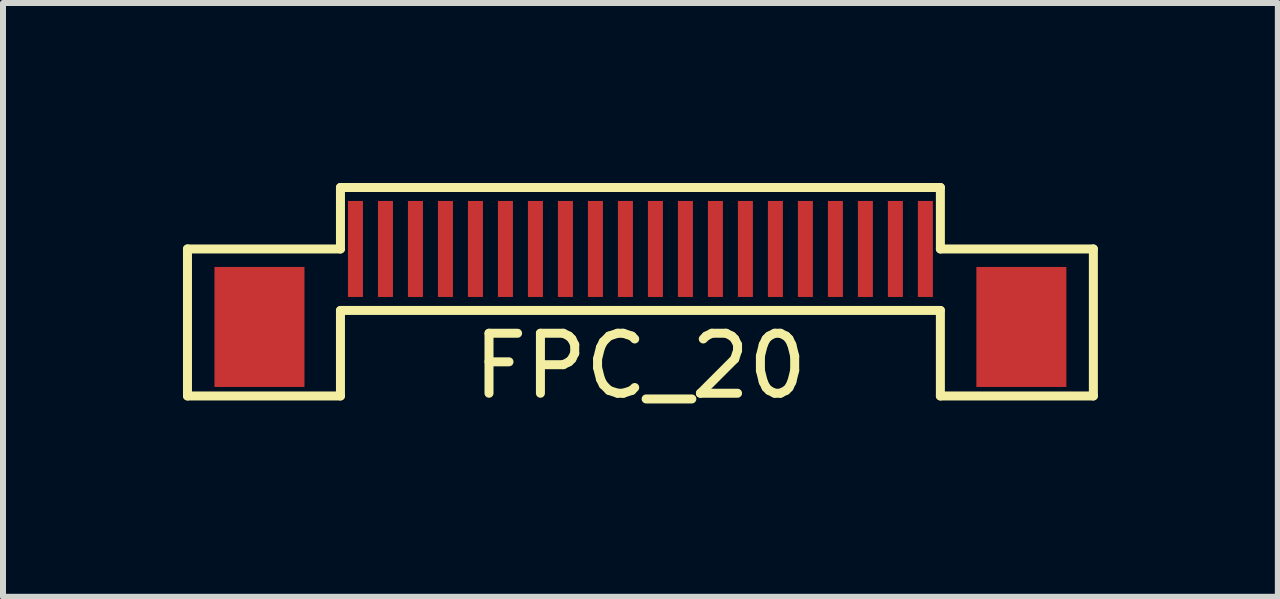
<source format=kicad_pcb>
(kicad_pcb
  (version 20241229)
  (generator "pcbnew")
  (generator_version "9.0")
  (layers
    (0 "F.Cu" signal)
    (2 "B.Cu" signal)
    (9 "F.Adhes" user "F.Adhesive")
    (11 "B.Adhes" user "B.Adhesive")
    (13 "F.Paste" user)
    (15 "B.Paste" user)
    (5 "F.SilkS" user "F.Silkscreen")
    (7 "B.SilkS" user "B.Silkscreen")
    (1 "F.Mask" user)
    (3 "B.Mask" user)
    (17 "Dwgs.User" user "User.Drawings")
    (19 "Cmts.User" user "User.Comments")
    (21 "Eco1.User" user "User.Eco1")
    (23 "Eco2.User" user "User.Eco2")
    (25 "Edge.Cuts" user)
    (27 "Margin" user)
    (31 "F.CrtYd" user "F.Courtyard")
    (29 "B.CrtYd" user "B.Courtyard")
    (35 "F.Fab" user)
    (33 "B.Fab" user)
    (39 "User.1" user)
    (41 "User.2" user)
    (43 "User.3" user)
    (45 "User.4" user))
  (footprint "FPC_20"
    (layer "F.Cu")
    (at 7.625 1.1)
    (property "Reference" "FPC_20" (at 0 1.95 0) (layer "F.SilkS") (effects (font (size 1 1) (thickness 0.15))))
    (attr smd)
    (fp_line (start -7.55 0) (end -5 0) (stroke (width 0.15) (type solid)) (layer "F.SilkS"))
    (fp_line (start -7.55 2.45) (end -7.55 0) (stroke (width 0.15) (type solid)) (layer "F.SilkS"))
    (fp_line (start -5 -1.025) (end 5 -1.025) (stroke (width 0.15) (type solid)) (layer "F.SilkS"))
    (fp_line (start -5 0) (end -5 -1.025) (stroke (width 0.15) (type solid)) (layer "F.SilkS"))
    (fp_line (start -5 1.025) (end -5 2.45) (stroke (width 0.15) (type solid)) (layer "F.SilkS"))
    (fp_line (start -5 1.025) (end 5 1.025) (stroke (width 0.15) (type solid)) (layer "F.SilkS"))
    (fp_line (start -5 2.45) (end -7.55 2.45) (stroke (width 0.15) (type solid)) (layer "F.SilkS"))
    (fp_line (start 5 0) (end 5 -1.025) (stroke (width 0.15) (type solid)) (layer "F.SilkS"))
    (fp_line (start 5 1.025) (end 5 2.45) (stroke (width 0.15) (type solid)) (layer "F.SilkS"))
    (fp_line (start 5 2.45) (end 7.55 2.45) (stroke (width 0.15) (type solid)) (layer "F.SilkS"))
    (fp_line (start 7.55 0) (end 5 0) (stroke (width 0.15) (type solid)) (layer "F.SilkS"))
    (fp_line (start 7.55 2.45) (end 7.55 0) (stroke (width 0.15) (type solid)) (layer "F.SilkS"))
    (pad "1" smd rect (at -4.75 0) (size 0.25 1.6) (layers "F.Cu" "F.Mask" "F.Paste"))
    (pad "2" smd rect (at -4.25 0) (size 0.25 1.6) (layers "F.Cu" "F.Mask" "F.Paste"))
    (pad "3" smd rect (at -3.75 0) (size 0.25 1.6) (layers "F.Cu" "F.Mask" "F.Paste"))
    (pad "4" smd rect (at -3.25 0) (size 0.25 1.6) (layers "F.Cu" "F.Mask" "F.Paste"))
    (pad "5" smd rect (at -2.75 0) (size 0.25 1.6) (layers "F.Cu" "F.Mask" "F.Paste"))
    (pad "6" smd rect (at -2.25 0) (size 0.25 1.6) (layers "F.Cu" "F.Mask" "F.Paste"))
    (pad "7" smd rect (at -1.75 0) (size 0.25 1.6) (layers "F.Cu" "F.Mask" "F.Paste"))
    (pad "8" smd rect (at -1.25 0) (size 0.25 1.6) (layers "F.Cu" "F.Mask" "F.Paste"))
    (pad "9" smd rect (at -0.75 0) (size 0.25 1.6) (layers "F.Cu" "F.Mask" "F.Paste"))
    (pad "10" smd rect (at -0.25 0) (size 0.25 1.6) (layers "F.Cu" "F.Mask" "F.Paste"))
    (pad "11" smd rect (at 0.25 0) (size 0.25 1.6) (layers "F.Cu" "F.Mask" "F.Paste"))
    (pad "12" smd rect (at 0.75 0) (size 0.25 1.6) (layers "F.Cu" "F.Mask" "F.Paste"))
    (pad "13" smd rect (at 1.25 0) (size 0.25 1.6) (layers "F.Cu" "F.Mask" "F.Paste"))
    (pad "14" smd rect (at 1.75 0) (size 0.25 1.6) (layers "F.Cu" "F.Mask" "F.Paste"))
    (pad "15" smd rect (at 2.25 0) (size 0.25 1.6) (layers "F.Cu" "F.Mask" "F.Paste"))
    (pad "16" smd rect (at 2.75 0) (size 0.25 1.6) (layers "F.Cu" "F.Mask" "F.Paste"))
    (pad "17" smd rect (at 3.25 0) (size 0.25 1.6) (layers "F.Cu" "F.Mask" "F.Paste"))
    (pad "18" smd rect (at 3.75 0) (size 0.25 1.6) (layers "F.Cu" "F.Mask" "F.Paste"))
    (pad "19" smd rect (at 4.25 0) (size 0.25 1.6) (layers "F.Cu" "F.Mask" "F.Paste"))
    (pad "20" smd rect (at -6.35 1.3) (size 1.5 2) (layers "F.Cu" "F.Mask" "F.Paste"))
    (pad "20" smd rect (at 4.75 0) (size 0.25 1.6) (layers "F.Cu" "F.Mask" "F.Paste"))
    (pad "20" smd rect (at 6.35 1.3) (size 1.5 2) (layers "F.Cu" "F.Mask" "F.Paste")))
  (gr_rect
    (start -3 -3)
    (end 18.25 6.898)
    (stroke (width 0.1) (type default))
    (fill no)
    (layer "Edge.Cuts")))
</source>
